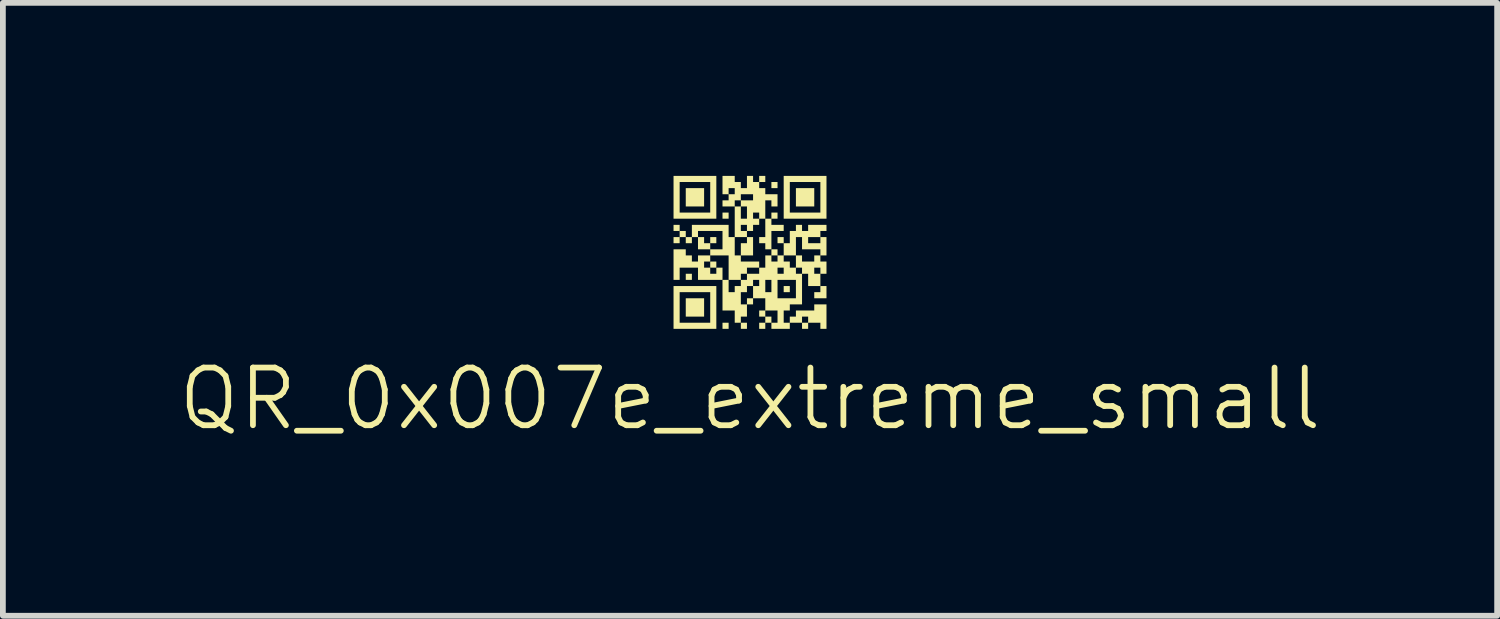
<source format=kicad_pcb>
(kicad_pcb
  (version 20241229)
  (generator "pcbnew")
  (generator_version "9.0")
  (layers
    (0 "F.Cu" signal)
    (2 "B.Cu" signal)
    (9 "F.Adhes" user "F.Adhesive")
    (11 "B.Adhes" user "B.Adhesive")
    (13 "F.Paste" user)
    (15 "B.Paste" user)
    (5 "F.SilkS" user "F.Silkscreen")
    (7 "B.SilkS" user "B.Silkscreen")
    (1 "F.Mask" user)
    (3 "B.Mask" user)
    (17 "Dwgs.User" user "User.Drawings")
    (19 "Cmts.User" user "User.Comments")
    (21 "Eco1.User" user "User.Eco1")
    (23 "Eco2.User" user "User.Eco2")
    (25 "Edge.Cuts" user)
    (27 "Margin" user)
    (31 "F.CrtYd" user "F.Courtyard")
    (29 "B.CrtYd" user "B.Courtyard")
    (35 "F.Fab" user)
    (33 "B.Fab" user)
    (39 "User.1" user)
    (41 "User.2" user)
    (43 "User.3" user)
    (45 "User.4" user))
  (footprint "QR_0x007e_extreme_small"
    (layer "F.Cu")
    (at 9.955 1.326)
    (property "Reference" "QR_0x007e_extreme_small" (at 0 2.54 0) (unlocked yes) (layer "F.SilkS") (effects (font (size 1 1) (thickness 0.1))))
    (attr smd)
    (fp_poly (pts (xy -1.22 -0.424) (xy -1.22 -0.371) (xy -1.273 -0.371) (xy -1.326 -0.371) (xy -1.326 -0.424) (xy -1.326 -0.477) (xy -1.273 -0.477) (xy -1.22 -0.477)) (stroke (width 0) (type solid)) (fill yes) (layer "F.SilkS"))
    (fp_poly (pts (xy -1.008 0.424) (xy -1.008 0.477) (xy -1.061 0.477) (xy -1.114 0.477) (xy -1.114 0.424) (xy -1.114 0.371) (xy -1.061 0.371) (xy -1.008 0.371)) (stroke (width 0) (type solid)) (fill yes) (layer "F.SilkS"))
    (fp_poly (pts (xy -0.796 -0.955) (xy -0.796 -0.796) (xy -0.955 -0.796) (xy -1.114 -0.796) (xy -1.114 -0.955) (xy -1.114 -1.114) (xy -0.955 -1.114) (xy -0.796 -1.114)) (stroke (width 0) (type solid)) (fill yes) (layer "F.SilkS"))
    (fp_poly (pts (xy -0.796 0.955) (xy -0.796 1.114) (xy -0.955 1.114) (xy -1.114 1.114) (xy -1.114 0.955) (xy -1.114 0.796) (xy -0.955 0.796) (xy -0.796 0.796)) (stroke (width 0) (type solid)) (fill yes) (layer "F.SilkS"))
    (fp_poly (pts (xy -0.584 -0.212) (xy -0.584 -0.159) (xy -0.637 -0.159) (xy -0.69 -0.159) (xy -0.69 -0.212) (xy -0.69 -0.265) (xy -0.637 -0.265) (xy -0.584 -0.265)) (stroke (width 0) (type solid)) (fill yes) (layer "F.SilkS"))
    (fp_poly (pts (xy -0.584 0.212) (xy -0.584 0.265) (xy -0.637 0.265) (xy -0.69 0.265) (xy -0.69 0.212) (xy -0.69 0.159) (xy -0.637 0.159) (xy -0.584 0.159)) (stroke (width 0) (type solid)) (fill yes) (layer "F.SilkS"))
    (fp_poly (pts (xy -0.371 -0.637) (xy -0.371 -0.584) (xy -0.424 -0.584) (xy -0.477 -0.584) (xy -0.477 -0.637) (xy -0.477 -0.69) (xy -0.424 -0.69) (xy -0.371 -0.69)) (stroke (width 0) (type solid)) (fill yes) (layer "F.SilkS"))
    (fp_poly (pts (xy -0.371 1.273) (xy -0.371 1.326) (xy -0.424 1.326) (xy -0.477 1.326) (xy -0.477 1.273) (xy -0.477 1.22) (xy -0.424 1.22) (xy -0.371 1.22)) (stroke (width 0) (type solid)) (fill yes) (layer "F.SilkS"))
    (fp_poly (pts (xy -0.053 1.273) (xy -0.053 1.326) (xy -0.106 1.326) (xy -0.159 1.326) (xy -0.159 1.273) (xy -0.159 1.22) (xy -0.106 1.22) (xy -0.053 1.22)) (stroke (width 0) (type solid)) (fill yes) (layer "F.SilkS"))
    (fp_poly (pts (xy 0.477 -1.167) (xy 0.477 -1.114) (xy 0.424 -1.114) (xy 0.371 -1.114) (xy 0.371 -1.167) (xy 0.371 -1.22) (xy 0.424 -1.22) (xy 0.477 -1.22)) (stroke (width 0) (type solid)) (fill yes) (layer "F.SilkS"))
    (fp_poly (pts (xy 0.69 0.637) (xy 0.69 0.69) (xy 0.637 0.69) (xy 0.584 0.69) (xy 0.584 0.637) (xy 0.584 0.584) (xy 0.637 0.584) (xy 0.69 0.584)) (stroke (width 0) (type solid)) (fill yes) (layer "F.SilkS"))
    (fp_poly (pts (xy 1.114 -0.955) (xy 1.114 -0.796) (xy 0.955 -0.796) (xy 0.796 -0.796) (xy 0.796 -0.955) (xy 0.796 -1.114) (xy 0.955 -1.114) (xy 1.114 -1.114)) (stroke (width 0) (type solid)) (fill yes) (layer "F.SilkS"))
    (fp_poly (pts (xy 0.053 -0.106) (xy 0.053 0.053) (xy -0.053 0.053) (xy -0.159 0.053) (xy -0.159 -0.053) (xy -0.159 -0.159) (xy -0.106 -0.159) (xy -0.053 -0.159) (xy -0.053 -0.212) (xy -0.053 -0.265) (xy 0 -0.265) (xy 0.053 -0.265)) (stroke (width 0) (type solid)) (fill yes) (layer "F.SilkS"))
    (fp_poly (pts (xy 1.326 0.69) (xy 1.326 0.796) (xy 1.22 0.796) (xy 1.114 0.796) (xy 1.114 0.743) (xy 1.114 0.69) (xy 1.167 0.69) (xy 1.22 0.69) (xy 1.22 0.637) (xy 1.22 0.584) (xy 1.273 0.584) (xy 1.326 0.584)) (stroke (width 0) (type solid)) (fill yes) (layer "F.SilkS"))
    (fp_poly (pts (xy -0.584 -0.955) (xy -0.584 -0.584) (xy -0.955 -0.584) (xy -1.326 -0.584) (xy -1.326 -0.955) (xy -1.326 -1.22) (xy -1.22 -1.22) (xy -1.22 -0.955) (xy -1.22 -0.69) (xy -0.955 -0.69) (xy -0.69 -0.69) (xy -0.69 -0.955) (xy -0.69 -1.22) (xy -0.955 -1.22) (xy -1.22 -1.22) (xy -1.326 -1.22) (xy -1.326 -1.326) (xy -0.955 -1.326) (xy -0.584 -1.326)) (stroke (width 0) (type solid)) (fill yes) (layer "F.SilkS"))
    (fp_poly (pts (xy -0.584 0.955) (xy -0.584 1.326) (xy -0.955 1.326) (xy -1.326 1.326) (xy -1.326 0.955) (xy -1.326 0.69) (xy -1.22 0.69) (xy -1.22 0.955) (xy -1.22 1.22) (xy -0.955 1.22) (xy -0.69 1.22) (xy -0.69 0.955) (xy -0.69 0.69) (xy -0.955 0.69) (xy -1.22 0.69) (xy -1.326 0.69) (xy -1.326 0.584) (xy -0.955 0.584) (xy -0.584 0.584)) (stroke (width 0) (type solid)) (fill yes) (layer "F.SilkS"))
    (fp_poly (pts (xy 1.326 -0.955) (xy 1.326 -0.584) (xy 0.955 -0.584) (xy 0.584 -0.584) (xy 0.584 -0.955) (xy 0.584 -1.22) (xy 0.69 -1.22) (xy 0.69 -0.955) (xy 0.69 -0.69) (xy 0.955 -0.69) (xy 1.22 -0.69) (xy 1.22 -0.955) (xy 1.22 -1.22) (xy 0.955 -1.22) (xy 0.69 -1.22) (xy 0.584 -1.22) (xy 0.584 -1.326) (xy 0.955 -1.326) (xy 1.326 -1.326)) (stroke (width 0) (type solid)) (fill yes) (layer "F.SilkS"))
    (fp_poly (pts (xy -0.265 -1.273) (xy -0.265 -1.22) (xy -0.212 -1.22) (xy -0.159 -1.22) (xy -0.159 -1.167) (xy -0.159 -1.114) (xy -0.106 -1.114) (xy -0.053 -1.114) (xy -0.053 -1.22) (xy -0.053 -1.326) (xy 0 -1.326) (xy 0.053 -1.326) (xy 0.053 -1.273) (xy 0.053 -1.22) (xy 0.106 -1.22) (xy 0.159 -1.22) (xy 0.159 -1.273) (xy 0.159 -1.326) (xy 0.212 -1.326) (xy 0.265 -1.326) (xy 0.265 -1.273) (xy 0.265 -1.22) (xy 0.212 -1.22) (xy 0.159 -1.22) (xy 0.159 -1.167) (xy 0.159 -1.114) (xy 0.212 -1.114) (xy 0.265 -1.114) (xy 0.265 -1.061) (xy 0.265 -1.008) (xy 0.371 -1.008) (xy 0.477 -1.008) (xy 0.477 -0.902) (xy 0.477 -0.796) (xy 0.424 -0.796) (xy 0.371 -0.796) (xy 0.371 -0.849) (xy 0.371 -0.902) (xy 0.318 -0.902) (xy 0.265 -0.902) (xy 0.265 -0.743) (xy 0.265 -0.584) (xy 0.318 -0.584) (xy 0.371 -0.584) (xy 0.371 -0.637) (xy 0.371 -0.69) (xy 0.424 -0.69) (xy 0.477 -0.69) (xy 0.477 -0.637) (xy 0.477 -0.584) (xy 0.424 -0.584) (xy 0.371 -0.584) (xy 0.371 -0.53) (xy 0.371 -0.477) (xy 0.477 -0.477) (xy 0.584 -0.477) (xy 0.584 -0.424) (xy 0.584 -0.371) (xy 0.477 -0.371) (xy 0.371 -0.371) (xy 0.371 -0.212) (xy 0.371 -0.053) (xy 0.318 -0.053) (xy 0.265 -0.053) (xy 0.265 -0.106) (xy 0.265 -0.159) (xy 0.212 -0.159) (xy 0.159 -0.159) (xy 0.159 -0.212) (xy 0.159 -0.265) (xy 0.212 -0.265) (xy 0.265 -0.265) (xy 0.265 -0.424) (xy 0.265 -0.584) (xy 0.212 -0.584) (xy 0.159 -0.584) (xy 0.159 -0.53) (xy 0.159 -0.477) (xy 0.106 -0.477) (xy 0.053 -0.477) (xy 0.053 -0.424) (xy 0.053 -0.371) (xy 0 -0.371) (xy -0.053 -0.371) (xy -0.053 -0.424) (xy -0.053 -0.477) (xy -0.106 -0.477) (xy -0.159 -0.477) (xy -0.159 -0.424) (xy -0.159 -0.371) (xy -0.106 -0.371) (xy -0.053 -0.371) (xy -0.053 -0.318) (xy -0.053 -0.265) (xy -0.159 -0.265) (xy -0.265 -0.265) (xy -0.265 -0.106) (xy -0.265 0.053) (xy -0.212 0.053) (xy -0.159 0.053) (xy -0.159 0.106) (xy -0.159 0.159) (xy 0 0.159) (xy 0.159 0.159) (xy 0.159 0.212) (xy 0.159 0.265) (xy 0.053 0.265) (xy -0.053 0.265) (xy -0.053 0.318) (xy -0.053 0.371) (xy -0.106 0.371) (xy -0.159 0.371) (xy -0.159 0.424) (xy -0.159 0.477) (xy -0.265 0.477) (xy -0.371 0.477) (xy -0.371 0.265) (xy -0.371 0.053) (xy -0.53 0.053) (xy -0.69 0.053) (xy -0.69 0.106) (xy -0.69 0.159) (xy -0.743 0.159) (xy -0.796 0.159) (xy -0.796 0.212) (xy -0.796 0.265) (xy -0.743 0.265) (xy -0.69 0.265) (xy -0.69 0.318) (xy -0.69 0.371) (xy -0.637 0.371) (xy -0.584 0.371) (xy -0.584 0.318) (xy -0.584 0.265) (xy -0.53 0.265) (xy -0.477 0.265) (xy -0.477 0.371) (xy -0.477 0.477) (xy -0.69 0.477) (xy -0.902 0.477) (xy -0.902 0.371) (xy -0.902 0.265) (xy -1.061 0.265) (xy -1.22 0.265) (xy -1.22 0.371) (xy -1.22 0.477) (xy -1.273 0.477) (xy -1.326 0.477) (xy -1.326 0.212) (xy -1.326 -0.053) (xy -1.22 -0.053) (xy -1.114 -0.053) (xy -1.114 0) (xy -1.114 0.053) (xy -1.061 0.053) (xy -1.008 0.053) (xy -1.008 0.106) (xy -1.008 0.159) (xy -0.955 0.159) (xy -0.902 0.159) (xy -0.902 0.106) (xy -0.902 0.053) (xy -0.796 0.053) (xy -0.69 0.053) (xy -0.69 0) (xy -0.69 -0.053) (xy -0.796 -0.053) (xy -0.902 -0.053) (xy -0.902 -0.159) (xy -0.902 -0.265) (xy -0.849 -0.265) (xy -0.796 -0.265) (xy -0.796 -0.212) (xy -0.796 -0.159) (xy -0.743 -0.159) (xy -0.69 -0.159) (xy -0.69 -0.106) (xy -0.69 -0.053) (xy -0.584 -0.053) (xy -0.477 -0.053) (xy -0.477 -0.212) (xy -0.477 -0.371) (xy -0.69 -0.371) (xy -0.902 -0.371) (xy -0.902 -0.318) (xy -0.902 -0.265) (xy -0.955 -0.265) (xy -1.008 -0.265) (xy -1.008 -0.212) (xy -1.008 -0.159) (xy -1.061 -0.159) (xy -1.114 -0.159) (xy -1.114 -0.212) (xy -1.114 -0.265) (xy -1.167 -0.265) (xy -1.22 -0.265) (xy -1.22 -0.212) (xy -1.22 -0.159) (xy -1.273 -0.159) (xy -1.326 -0.159) (xy -1.326 -0.212) (xy -1.326 -0.265) (xy -1.273 -0.265) (xy -1.22 -0.265) (xy -1.22 -0.318) (xy -1.22 -0.371) (xy -1.167 -0.371) (xy -1.114 -0.371) (xy -1.114 -0.318) (xy -1.114 -0.265) (xy -1.061 -0.265) (xy -1.008 -0.265) (xy -1.008 -0.371) (xy -1.008 -0.477) (xy -0.69 -0.477) (xy -0.371 -0.477) (xy -0.371 -0.371) (xy -0.371 -0.265) (xy -0.318 -0.265) (xy -0.265 -0.265) (xy -0.265 -0.53) (xy -0.265 -0.796) (xy -0.212 -0.796) (xy -0.159 -0.796) (xy -0.159 -0.69) (xy -0.159 -0.584) (xy -0.106 -0.584) (xy -0.053 -0.584) (xy -0.053 -0.69) (xy 0.053 -0.69) (xy 0.053 -0.637) (xy 0.053 -0.584) (xy 0.106 -0.584) (xy 0.159 -0.584) (xy 0.159 -0.637) (xy 0.159 -0.69) (xy 0.106 -0.69) (xy 0.053 -0.69) (xy -0.053 -0.69) (xy -0.053 -0.796) (xy -0.106 -0.796) (xy -0.159 -0.796) (xy -0.159 -0.849) (xy -0.159 -0.902) (xy -0.053 -0.902) (xy 0.053 -0.902) (xy 0.053 -0.955) (xy 0.053 -1.008) (xy -0.053 -1.008) (xy -0.159 -1.008) (xy -0.159 -0.955) (xy -0.159 -0.902) (xy -0.212 -0.902) (xy -0.265 -0.902) (xy -0.265 -0.849) (xy -0.265 -0.796) (xy -0.371 -0.796) (xy -0.477 -0.796) (xy -0.477 -0.849) (xy -0.477 -0.902) (xy -0.424 -0.902) (xy -0.371 -0.902) (xy -0.371 -0.955) (xy -0.371 -1.008) (xy -0.424 -1.008) (xy -0.477 -1.008) (xy -0.477 -1.114) (xy -0.371 -1.114) (xy -0.371 -1.061) (xy -0.371 -1.008) (xy -0.318 -1.008) (xy -0.265 -1.008) (xy -0.265 -1.061) (xy -0.265 -1.114) (xy -0.318 -1.114) (xy -0.371 -1.114) (xy -0.477 -1.114) (xy -0.477 -1.167) (xy -0.477 -1.326) (xy -0.371 -1.326) (xy -0.265 -1.326)) (stroke (width 0) (type solid)) (fill yes) (layer "F.SilkS"))
    (fp_poly (pts (xy 0.902 -0.424) (xy 0.902 -0.371) (xy 0.955 -0.371) (xy 1.008 -0.371) (xy 1.008 -0.424) (xy 1.008 -0.477) (xy 1.167 -0.477) (xy 1.326 -0.477) (xy 1.326 -0.424) (xy 1.326 -0.371) (xy 1.273 -0.371) (xy 1.22 -0.371) (xy 1.22 -0.318) (xy 1.22 -0.265) (xy 1.114 -0.265) (xy 1.008 -0.265) (xy 1.008 -0.212) (xy 1.008 -0.159) (xy 1.114 -0.159) (xy 1.22 -0.159) (xy 1.22 -0.212) (xy 1.22 -0.265) (xy 1.273 -0.265) (xy 1.326 -0.265) (xy 1.326 -0.106) (xy 1.326 0.053) (xy 1.273 0.053) (xy 1.22 0.053) (xy 1.22 0.106) (xy 1.22 0.159) (xy 1.273 0.159) (xy 1.326 0.159) (xy 1.326 0.265) (xy 1.326 0.371) (xy 1.273 0.371) (xy 1.22 0.371) (xy 1.22 0.477) (xy 1.22 0.584) (xy 1.114 0.584) (xy 1.008 0.584) (xy 1.008 0.477) (xy 1.008 0.371) (xy 0.955 0.371) (xy 0.902 0.371) (xy 0.902 0.637) (xy 0.902 0.902) (xy 0.796 0.902) (xy 0.69 0.902) (xy 0.69 0.955) (xy 0.69 1.008) (xy 0.637 1.008) (xy 0.584 1.008) (xy 0.584 1.114) (xy 0.584 1.22) (xy 0.637 1.22) (xy 0.69 1.22) (xy 0.69 1.167) (xy 0.69 1.114) (xy 0.743 1.114) (xy 0.796 1.114) (xy 0.902 1.114) (xy 0.902 1.167) (xy 0.902 1.22) (xy 0.955 1.22) (xy 1.008 1.22) (xy 1.008 1.167) (xy 1.008 1.114) (xy 0.955 1.114) (xy 0.902 1.114) (xy 0.796 1.114) (xy 0.796 1.061) (xy 0.796 1.008) (xy 0.955 1.008) (xy 1.114 1.008) (xy 1.114 0.955) (xy 1.114 0.902) (xy 1.22 0.902) (xy 1.326 0.902) (xy 1.326 1.114) (xy 1.326 1.326) (xy 1.273 1.326) (xy 1.22 1.326) (xy 1.22 1.273) (xy 1.22 1.22) (xy 1.114 1.22) (xy 1.008 1.22) (xy 1.008 1.273) (xy 1.008 1.326) (xy 0.955 1.326) (xy 0.902 1.326) (xy 0.902 1.273) (xy 0.902 1.22) (xy 0.796 1.22) (xy 0.69 1.22) (xy 0.69 1.273) (xy 0.69 1.326) (xy 0.53 1.326) (xy 0.371 1.326) (xy 0.371 1.273) (xy 0.371 1.22) (xy 0.318 1.22) (xy 0.265 1.22) (xy 0.265 1.273) (xy 0.265 1.326) (xy 0.212 1.326) (xy 0.159 1.326) (xy 0.159 1.273) (xy 0.159 1.22) (xy 0.212 1.22) (xy 0.265 1.22) (xy 0.265 1.167) (xy 0.265 1.114) (xy 0.318 1.114) (xy 0.371 1.114) (xy 0.371 1.167) (xy 0.371 1.22) (xy 0.424 1.22) (xy 0.477 1.22) (xy 0.477 1.114) (xy 0.477 1.008) (xy 0.371 1.008) (xy 0.265 1.008) (xy 0.265 1.061) (xy 0.265 1.114) (xy 0.212 1.114) (xy 0.159 1.114) (xy 0.159 1.061) (xy 0.159 1.008) (xy 0.212 1.008) (xy 0.265 1.008) (xy 0.265 0.902) (xy 0.265 0.796) (xy 0.159 0.796) (xy 0.053 0.796) (xy 0.053 0.849) (xy 0.053 0.902) (xy 0 0.902) (xy -0.053 0.902) (xy -0.053 1.008) (xy -0.053 1.114) (xy -0.106 1.114) (xy -0.159 1.114) (xy -0.159 1.167) (xy -0.159 1.22) (xy -0.212 1.22) (xy -0.265 1.22) (xy -0.265 1.114) (xy -0.265 1.008) (xy -0.371 1.008) (xy -0.477 1.008) (xy -0.477 0.902) (xy -0.159 0.902) (xy -0.106 0.902) (xy -0.053 0.902) (xy -0.053 0.849) (xy -0.053 0.796) (xy 0 0.796) (xy 0.053 0.796) (xy 0.053 0.69) (xy 0.053 0.584) (xy 0.106 0.584) (xy 0.159 0.584) (xy 0.159 0.53) (xy 0.159 0.477) (xy 0.265 0.477) (xy 0.265 0.584) (xy 0.265 0.69) (xy 0.318 0.69) (xy 0.371 0.69) (xy 0.371 0.584) (xy 0.371 0.477) (xy 0.477 0.477) (xy 0.477 0.637) (xy 0.477 0.796) (xy 0.637 0.796) (xy 0.796 0.796) (xy 0.796 0.637) (xy 0.796 0.477) (xy 0.637 0.477) (xy 0.477 0.477) (xy 0.371 0.477) (xy 0.318 0.477) (xy 0.265 0.477) (xy 0.159 0.477) (xy 0.106 0.477) (xy 0.053 0.477) (xy 0.053 0.53) (xy 0.053 0.584) (xy 0 0.584) (xy -0.053 0.584) (xy -0.053 0.637) (xy -0.053 0.69) (xy -0.106 0.69) (xy -0.159 0.69) (xy -0.159 0.796) (xy -0.159 0.902) (xy -0.477 0.902) (xy -0.477 0.743) (xy -0.477 0.477) (xy -0.424 0.477) (xy -0.371 0.477) (xy -0.371 0.584) (xy -0.371 0.69) (xy -0.318 0.69) (xy -0.265 0.69) (xy -0.265 0.637) (xy -0.265 0.584) (xy -0.212 0.584) (xy -0.159 0.584) (xy -0.159 0.53) (xy -0.159 0.477) (xy -0.106 0.477) (xy -0.053 0.477) (xy -0.053 0.424) (xy -0.053 0.371) (xy 0.053 0.371) (xy 0.159 0.371) (xy 0.159 0.318) (xy 0.159 0.265) (xy 0.212 0.265) (xy 0.265 0.265) (xy 0.477 0.265) (xy 0.477 0.318) (xy 0.477 0.371) (xy 0.53 0.371) (xy 0.584 0.371) (xy 0.584 0.318) (xy 0.584 0.265) (xy 0.53 0.265) (xy 0.477 0.265) (xy 0.265 0.265) (xy 0.265 0.159) (xy 0.265 0.053) (xy 0.318 0.053) (xy 0.371 0.053) (xy 0.371 0.106) (xy 0.371 0.159) (xy 0.424 0.159) (xy 0.477 0.159) (xy 0.584 0.159) (xy 0.637 0.159) (xy 0.69 0.159) (xy 0.69 0.212) (xy 0.69 0.265) (xy 0.743 0.265) (xy 0.796 0.265) (xy 0.796 0.318) (xy 0.796 0.371) (xy 0.849 0.371) (xy 0.902 0.371) (xy 0.902 0.318) (xy 0.902 0.265) (xy 1.114 0.265) (xy 1.114 0.318) (xy 1.114 0.371) (xy 1.167 0.371) (xy 1.22 0.371) (xy 1.22 0.318) (xy 1.22 0.265) (xy 1.167 0.265) (xy 1.114 0.265) (xy 0.902 0.265) (xy 0.849 0.265) (xy 0.796 0.265) (xy 0.796 0.159) (xy 0.796 0.053) (xy 0.849 0.053) (xy 0.902 0.053) (xy 0.902 0.106) (xy 0.902 0.159) (xy 1.008 0.159) (xy 1.114 0.159) (xy 1.114 0.106) (xy 1.114 0.053) (xy 1.167 0.053) (xy 1.22 0.053) (xy 1.22 0) (xy 1.22 -0.053) (xy 1.061 -0.053) (xy 0.902 -0.053) (xy 0.902 -0.159) (xy 0.902 -0.265) (xy 0.849 -0.265) (xy 0.796 -0.265) (xy 0.796 -0.106) (xy 0.796 0.053) (xy 0.69 0.053) (xy 0.584 0.053) (xy 0.584 0.106) (xy 0.584 0.159) (xy 0.477 0.159) (xy 0.477 0.106) (xy 0.477 0.053) (xy 0.424 0.053) (xy 0.371 0.053) (xy 0.371 0) (xy 0.371 -0.053) (xy 0.424 -0.053) (xy 0.477 -0.053) (xy 0.477 0) (xy 0.477 0.053) (xy 0.53 0.053) (xy 0.584 0.053) (xy 0.584 -0.053) (xy 0.584 -0.159) (xy 0.53 -0.159) (xy 0.477 -0.159) (xy 0.477 -0.212) (xy 0.477 -0.265) (xy 0.53 -0.265) (xy 0.584 -0.265) (xy 0.584 -0.212) (xy 0.584 -0.159) (xy 0.637 -0.159) (xy 0.69 -0.159) (xy 0.69 -0.265) (xy 0.69 -0.371) (xy 0.743 -0.371) (xy 0.796 -0.371) (xy 0.796 -0.424) (xy 0.796 -0.477) (xy 0.849 -0.477) (xy 0.902 -0.477)) (stroke (width 0) (type solid)) (fill yes) (layer "F.SilkS")))
  (gr_rect
    (start -3 -3)
    (end 22.91 7.627)
    (stroke (width 0.1) (type default))
    (fill no)
    (layer "Edge.Cuts")))
</source>
